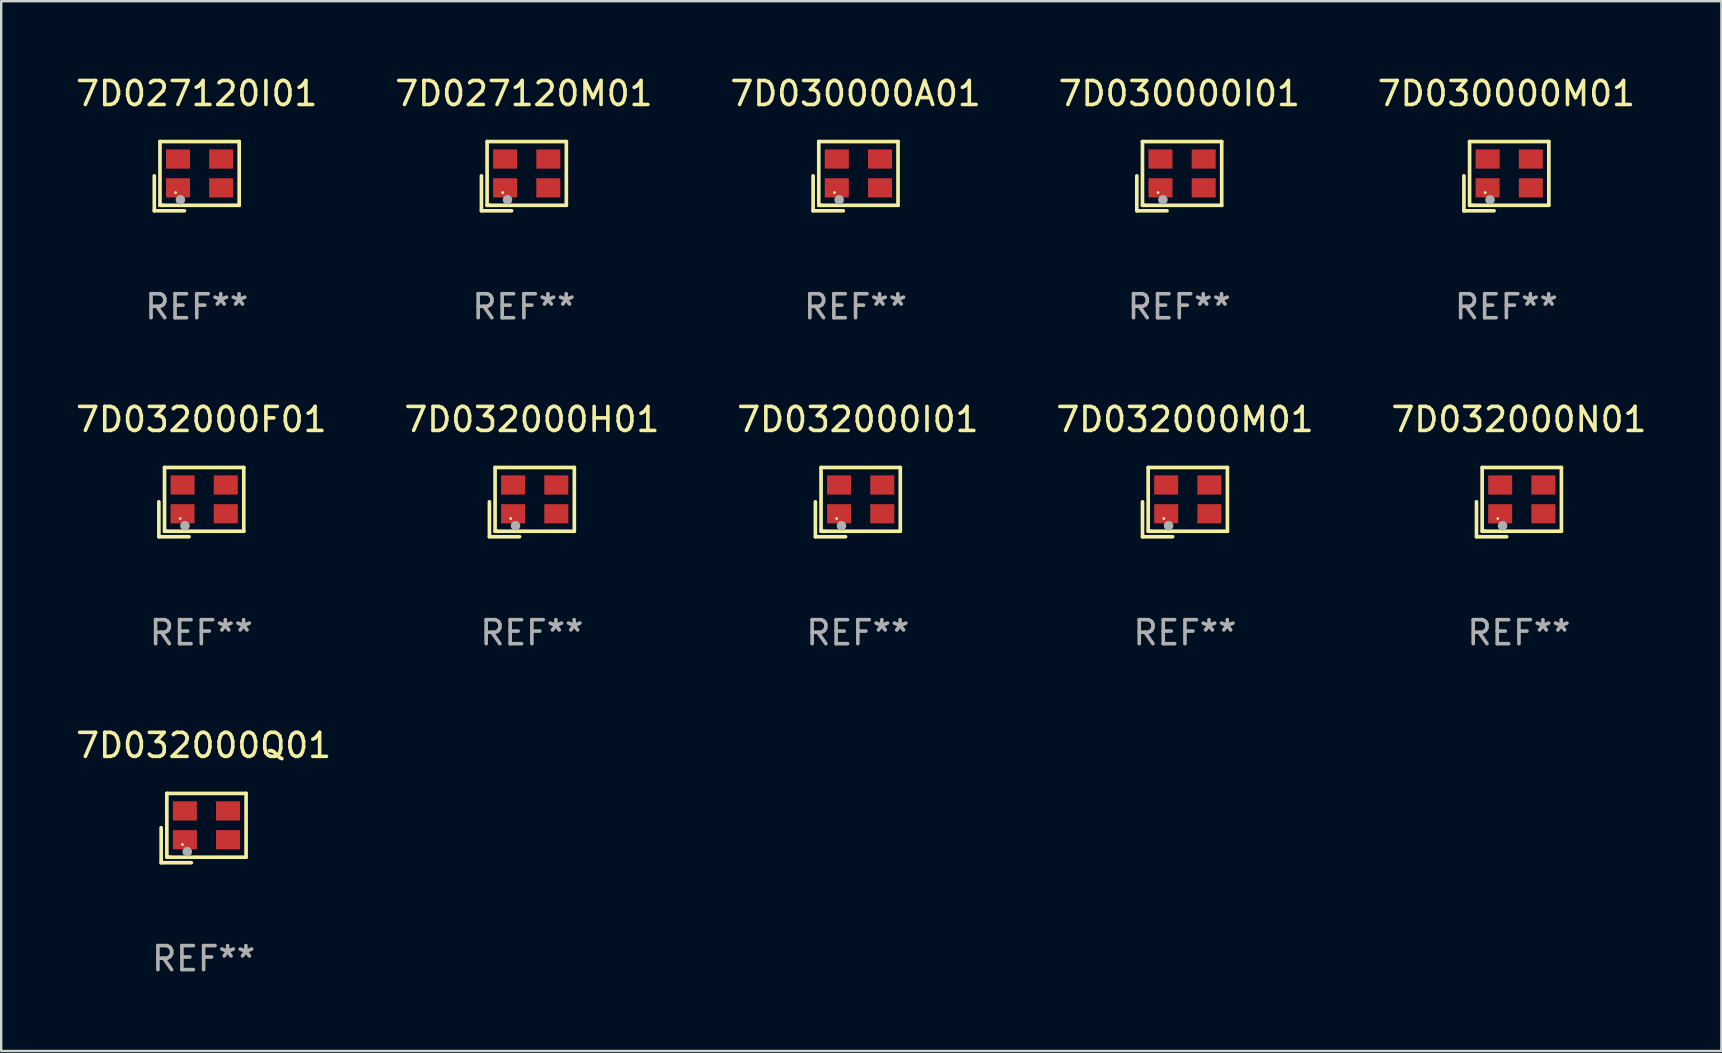
<source format=kicad_pcb>
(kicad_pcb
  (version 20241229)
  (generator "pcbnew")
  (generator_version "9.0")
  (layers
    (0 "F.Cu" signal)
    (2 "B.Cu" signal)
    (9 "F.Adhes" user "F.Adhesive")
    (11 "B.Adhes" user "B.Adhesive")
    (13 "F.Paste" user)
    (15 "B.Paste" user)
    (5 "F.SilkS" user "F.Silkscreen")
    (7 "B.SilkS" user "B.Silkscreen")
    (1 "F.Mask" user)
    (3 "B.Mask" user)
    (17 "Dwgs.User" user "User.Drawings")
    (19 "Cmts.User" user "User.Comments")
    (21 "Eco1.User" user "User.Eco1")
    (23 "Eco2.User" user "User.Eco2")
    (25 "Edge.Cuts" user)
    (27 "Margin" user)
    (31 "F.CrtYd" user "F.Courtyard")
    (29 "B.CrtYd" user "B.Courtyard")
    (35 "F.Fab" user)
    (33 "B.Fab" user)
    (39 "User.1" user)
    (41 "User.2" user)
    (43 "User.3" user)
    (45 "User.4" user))
  (footprint "7D032000F01"
    (layer "F.Cu")
    (at 5.339 17.873)
    (property "Reference" "7D032000F01" (at 0 -3.443 0) (layer "F.SilkS") (effects (font (size 1 1) (thickness 0.15))))
    (attr through_hole)
    (fp_line (start -1.769 -0.014) (end -1.769 1.443) (stroke (width 0.152) (type solid)) (layer "F.SilkS"))
    (fp_line (start -1.769 1.443) (end -0.512 1.443) (stroke (width 0.152) (type solid)) (layer "F.SilkS"))
    (fp_line (start -1.533 -1.443) (end 1.769 -1.443) (stroke (width 0.152) (type solid)) (layer "F.SilkS"))
    (fp_line (start -1.533 1.214) (end -1.533 -1.443) (stroke (width 0.152) (type solid)) (layer "F.SilkS"))
    (fp_line (start -1.411 1.214) (end -1.533 1.214) (stroke (width 0.152) (type solid)) (layer "F.SilkS"))
    (fp_line (start 1.769 -1.443) (end 1.769 1.214) (stroke (width 0.152) (type solid)) (layer "F.SilkS"))
    (fp_line (start 1.769 1.214) (end -1.411 1.214) (stroke (width 0.152) (type solid)) (layer "F.SilkS"))
    (fp_circle (center -0.882 0.686) (end -0.852 0.686) (stroke (width 0.06) (type solid)) (fill no) (layer "F.SilkS"))
    (fp_circle (center -0.682 0.986) (end -0.582 0.986) (stroke (width 0.2) (type solid)) (fill no) (layer "F.Fab"))
    (fp_text user "REF**" (at 0 5.443 0) (layer "F.Fab") (effects (font (size 1 1) (thickness 0.15))))
    (pad "1" smd rect (at -0.782 0.486 90) (size 0.8 1) (layers "F.Cu" "F.Mask" "F.Paste"))
    (pad "2" smd rect (at 1.018 0.486 90) (size 0.8 1) (layers "F.Cu" "F.Mask" "F.Paste"))
    (pad "3" smd rect (at 1.018 -0.714 90) (size 0.8 1) (layers "F.Cu" "F.Mask" "F.Paste"))
    (pad "4" smd rect (at -0.782 -0.714 90) (size 0.8 1) (layers "F.Cu" "F.Mask" "F.Paste")))
  (footprint "7D032000H01"
    (layer "F.Cu")
    (at 19.113 17.873)
    (property "Reference" "7D032000H01" (at 0 -3.443 0) (layer "F.SilkS") (effects (font (size 1 1) (thickness 0.15))))
    (attr through_hole)
    (fp_line (start -1.769 -0.014) (end -1.769 1.443) (stroke (width 0.152) (type solid)) (layer "F.SilkS"))
    (fp_line (start -1.769 1.443) (end -0.512 1.443) (stroke (width 0.152) (type solid)) (layer "F.SilkS"))
    (fp_line (start -1.533 -1.443) (end 1.769 -1.443) (stroke (width 0.152) (type solid)) (layer "F.SilkS"))
    (fp_line (start -1.533 1.214) (end -1.533 -1.443) (stroke (width 0.152) (type solid)) (layer "F.SilkS"))
    (fp_line (start -1.411 1.214) (end -1.533 1.214) (stroke (width 0.152) (type solid)) (layer "F.SilkS"))
    (fp_line (start 1.769 -1.443) (end 1.769 1.214) (stroke (width 0.152) (type solid)) (layer "F.SilkS"))
    (fp_line (start 1.769 1.214) (end -1.411 1.214) (stroke (width 0.152) (type solid)) (layer "F.SilkS"))
    (fp_circle (center -0.882 0.686) (end -0.852 0.686) (stroke (width 0.06) (type solid)) (fill no) (layer "F.SilkS"))
    (fp_circle (center -0.682 0.986) (end -0.582 0.986) (stroke (width 0.2) (type solid)) (fill no) (layer "F.Fab"))
    (fp_text user "REF**" (at 0 5.443 0) (layer "F.Fab") (effects (font (size 1 1) (thickness 0.15))))
    (pad "1" smd rect (at -0.782 0.486 90) (size 0.8 1) (layers "F.Cu" "F.Mask" "F.Paste"))
    (pad "2" smd rect (at 1.018 0.486 90) (size 0.8 1) (layers "F.Cu" "F.Mask" "F.Paste"))
    (pad "3" smd rect (at 1.018 -0.714 90) (size 0.8 1) (layers "F.Cu" "F.Mask" "F.Paste"))
    (pad "4" smd rect (at -0.782 -0.714 90) (size 0.8 1) (layers "F.Cu" "F.Mask" "F.Paste")))
  (footprint "7D032000I01"
    (layer "F.Cu")
    (at 32.696 17.873)
    (property "Reference" "7D032000I01" (at 0 -3.443 0) (layer "F.SilkS") (effects (font (size 1 1) (thickness 0.15))))
    (attr through_hole)
    (fp_line (start -1.769 -0.014) (end -1.769 1.443) (stroke (width 0.152) (type solid)) (layer "F.SilkS"))
    (fp_line (start -1.769 1.443) (end -0.512 1.443) (stroke (width 0.152) (type solid)) (layer "F.SilkS"))
    (fp_line (start -1.533 -1.443) (end 1.769 -1.443) (stroke (width 0.152) (type solid)) (layer "F.SilkS"))
    (fp_line (start -1.533 1.214) (end -1.533 -1.443) (stroke (width 0.152) (type solid)) (layer "F.SilkS"))
    (fp_line (start -1.411 1.214) (end -1.533 1.214) (stroke (width 0.152) (type solid)) (layer "F.SilkS"))
    (fp_line (start 1.769 -1.443) (end 1.769 1.214) (stroke (width 0.152) (type solid)) (layer "F.SilkS"))
    (fp_line (start 1.769 1.214) (end -1.411 1.214) (stroke (width 0.152) (type solid)) (layer "F.SilkS"))
    (fp_circle (center -0.882 0.686) (end -0.852 0.686) (stroke (width 0.06) (type solid)) (fill no) (layer "F.SilkS"))
    (fp_circle (center -0.682 0.986) (end -0.582 0.986) (stroke (width 0.2) (type solid)) (fill no) (layer "F.Fab"))
    (fp_text user "REF**" (at 0 5.443 0) (layer "F.Fab") (effects (font (size 1 1) (thickness 0.15))))
    (pad "1" smd rect (at -0.782 0.486 90) (size 0.8 1) (layers "F.Cu" "F.Mask" "F.Paste"))
    (pad "2" smd rect (at 1.018 0.486 90) (size 0.8 1) (layers "F.Cu" "F.Mask" "F.Paste"))
    (pad "3" smd rect (at 1.018 -0.714 90) (size 0.8 1) (layers "F.Cu" "F.Mask" "F.Paste"))
    (pad "4" smd rect (at -0.782 -0.714 90) (size 0.8 1) (layers "F.Cu" "F.Mask" "F.Paste")))
  (footprint "7D027120I01"
    (layer "F.Cu")
    (at 5.149 4.291)
    (property "Reference" "7D027120I01" (at 0 -3.443 0) (layer "F.SilkS") (effects (font (size 1 1) (thickness 0.15))))
    (attr through_hole)
    (fp_line (start -1.769 -0.014) (end -1.769 1.443) (stroke (width 0.152) (type solid)) (layer "F.SilkS"))
    (fp_line (start -1.769 1.443) (end -0.512 1.443) (stroke (width 0.152) (type solid)) (layer "F.SilkS"))
    (fp_line (start -1.533 -1.443) (end 1.769 -1.443) (stroke (width 0.152) (type solid)) (layer "F.SilkS"))
    (fp_line (start -1.533 1.214) (end -1.533 -1.443) (stroke (width 0.152) (type solid)) (layer "F.SilkS"))
    (fp_line (start -1.411 1.214) (end -1.533 1.214) (stroke (width 0.152) (type solid)) (layer "F.SilkS"))
    (fp_line (start 1.769 -1.443) (end 1.769 1.214) (stroke (width 0.152) (type solid)) (layer "F.SilkS"))
    (fp_line (start 1.769 1.214) (end -1.411 1.214) (stroke (width 0.152) (type solid)) (layer "F.SilkS"))
    (fp_circle (center -0.882 0.686) (end -0.852 0.686) (stroke (width 0.06) (type solid)) (fill no) (layer "F.SilkS"))
    (fp_circle (center -0.682 0.986) (end -0.582 0.986) (stroke (width 0.2) (type solid)) (fill no) (layer "F.Fab"))
    (fp_text user "REF**" (at 0 5.443 0) (layer "F.Fab") (effects (font (size 1 1) (thickness 0.15))))
    (pad "1" smd rect (at -0.782 0.486 90) (size 0.8 1) (layers "F.Cu" "F.Mask" "F.Paste"))
    (pad "2" smd rect (at 1.018 0.486 90) (size 0.8 1) (layers "F.Cu" "F.Mask" "F.Paste"))
    (pad "3" smd rect (at 1.018 -0.714 90) (size 0.8 1) (layers "F.Cu" "F.Mask" "F.Paste"))
    (pad "4" smd rect (at -0.782 -0.714 90) (size 0.8 1) (layers "F.Cu" "F.Mask" "F.Paste")))
  (footprint "7D032000M01"
    (layer "F.Cu")
    (at 46.327 17.873)
    (property "Reference" "7D032000M01" (at 0 -3.443 0) (layer "F.SilkS") (effects (font (size 1 1) (thickness 0.15))))
    (attr through_hole)
    (fp_line (start -1.769 -0.014) (end -1.769 1.443) (stroke (width 0.152) (type solid)) (layer "F.SilkS"))
    (fp_line (start -1.769 1.443) (end -0.512 1.443) (stroke (width 0.152) (type solid)) (layer "F.SilkS"))
    (fp_line (start -1.533 -1.443) (end 1.769 -1.443) (stroke (width 0.152) (type solid)) (layer "F.SilkS"))
    (fp_line (start -1.533 1.214) (end -1.533 -1.443) (stroke (width 0.152) (type solid)) (layer "F.SilkS"))
    (fp_line (start -1.411 1.214) (end -1.533 1.214) (stroke (width 0.152) (type solid)) (layer "F.SilkS"))
    (fp_line (start 1.769 -1.443) (end 1.769 1.214) (stroke (width 0.152) (type solid)) (layer "F.SilkS"))
    (fp_line (start 1.769 1.214) (end -1.411 1.214) (stroke (width 0.152) (type solid)) (layer "F.SilkS"))
    (fp_circle (center -0.882 0.686) (end -0.852 0.686) (stroke (width 0.06) (type solid)) (fill no) (layer "F.SilkS"))
    (fp_circle (center -0.682 0.986) (end -0.582 0.986) (stroke (width 0.2) (type solid)) (fill no) (layer "F.Fab"))
    (fp_text user "REF**" (at 0 5.443 0) (layer "F.Fab") (effects (font (size 1 1) (thickness 0.15))))
    (pad "1" smd rect (at -0.782 0.486 90) (size 0.8 1) (layers "F.Cu" "F.Mask" "F.Paste"))
    (pad "2" smd rect (at 1.018 0.486 90) (size 0.8 1) (layers "F.Cu" "F.Mask" "F.Paste"))
    (pad "3" smd rect (at 1.018 -0.714 90) (size 0.8 1) (layers "F.Cu" "F.Mask" "F.Paste"))
    (pad "4" smd rect (at -0.782 -0.714 90) (size 0.8 1) (layers "F.Cu" "F.Mask" "F.Paste")))
  (footprint "7D027120M01"
    (layer "F.Cu")
    (at 18.78 4.291)
    (property "Reference" "7D027120M01" (at 0 -3.443 0) (layer "F.SilkS") (effects (font (size 1 1) (thickness 0.15))))
    (attr through_hole)
    (fp_line (start -1.769 -0.014) (end -1.769 1.443) (stroke (width 0.152) (type solid)) (layer "F.SilkS"))
    (fp_line (start -1.769 1.443) (end -0.512 1.443) (stroke (width 0.152) (type solid)) (layer "F.SilkS"))
    (fp_line (start -1.533 -1.443) (end 1.769 -1.443) (stroke (width 0.152) (type solid)) (layer "F.SilkS"))
    (fp_line (start -1.533 1.214) (end -1.533 -1.443) (stroke (width 0.152) (type solid)) (layer "F.SilkS"))
    (fp_line (start -1.411 1.214) (end -1.533 1.214) (stroke (width 0.152) (type solid)) (layer "F.SilkS"))
    (fp_line (start 1.769 -1.443) (end 1.769 1.214) (stroke (width 0.152) (type solid)) (layer "F.SilkS"))
    (fp_line (start 1.769 1.214) (end -1.411 1.214) (stroke (width 0.152) (type solid)) (layer "F.SilkS"))
    (fp_circle (center -0.882 0.686) (end -0.852 0.686) (stroke (width 0.06) (type solid)) (fill no) (layer "F.SilkS"))
    (fp_circle (center -0.682 0.986) (end -0.582 0.986) (stroke (width 0.2) (type solid)) (fill no) (layer "F.Fab"))
    (fp_text user "REF**" (at 0 5.443 0) (layer "F.Fab") (effects (font (size 1 1) (thickness 0.15))))
    (pad "1" smd rect (at -0.782 0.486 90) (size 0.8 1) (layers "F.Cu" "F.Mask" "F.Paste"))
    (pad "2" smd rect (at 1.018 0.486 90) (size 0.8 1) (layers "F.Cu" "F.Mask" "F.Paste"))
    (pad "3" smd rect (at 1.018 -0.714 90) (size 0.8 1) (layers "F.Cu" "F.Mask" "F.Paste"))
    (pad "4" smd rect (at -0.782 -0.714 90) (size 0.8 1) (layers "F.Cu" "F.Mask" "F.Paste")))
  (footprint "7D032000Q01"
    (layer "F.Cu")
    (at 5.435 31.455)
    (property "Reference" "7D032000Q01" (at 0 -3.443 0) (layer "F.SilkS") (effects (font (size 1 1) (thickness 0.15))))
    (attr through_hole)
    (fp_line (start -1.769 -0.014) (end -1.769 1.443) (stroke (width 0.152) (type solid)) (layer "F.SilkS"))
    (fp_line (start -1.769 1.443) (end -0.512 1.443) (stroke (width 0.152) (type solid)) (layer "F.SilkS"))
    (fp_line (start -1.533 -1.443) (end 1.769 -1.443) (stroke (width 0.152) (type solid)) (layer "F.SilkS"))
    (fp_line (start -1.533 1.214) (end -1.533 -1.443) (stroke (width 0.152) (type solid)) (layer "F.SilkS"))
    (fp_line (start -1.411 1.214) (end -1.533 1.214) (stroke (width 0.152) (type solid)) (layer "F.SilkS"))
    (fp_line (start 1.769 -1.443) (end 1.769 1.214) (stroke (width 0.152) (type solid)) (layer "F.SilkS"))
    (fp_line (start 1.769 1.214) (end -1.411 1.214) (stroke (width 0.152) (type solid)) (layer "F.SilkS"))
    (fp_circle (center -0.882 0.686) (end -0.852 0.686) (stroke (width 0.06) (type solid)) (fill no) (layer "F.SilkS"))
    (fp_circle (center -0.682 0.986) (end -0.582 0.986) (stroke (width 0.2) (type solid)) (fill no) (layer "F.Fab"))
    (fp_text user "REF**" (at 0 5.443 0) (layer "F.Fab") (effects (font (size 1 1) (thickness 0.15))))
    (pad "1" smd rect (at -0.782 0.486 90) (size 0.8 1) (layers "F.Cu" "F.Mask" "F.Paste"))
    (pad "2" smd rect (at 1.018 0.486 90) (size 0.8 1) (layers "F.Cu" "F.Mask" "F.Paste"))
    (pad "3" smd rect (at 1.018 -0.714 90) (size 0.8 1) (layers "F.Cu" "F.Mask" "F.Paste"))
    (pad "4" smd rect (at -0.782 -0.714 90) (size 0.8 1) (layers "F.Cu" "F.Mask" "F.Paste")))
  (footprint "7D032000N01"
    (layer "F.Cu")
    (at 60.244 17.873)
    (property "Reference" "7D032000N01" (at 0 -3.443 0) (layer "F.SilkS") (effects (font (size 1 1) (thickness 0.15))))
    (attr through_hole)
    (fp_line (start -1.769 -0.014) (end -1.769 1.443) (stroke (width 0.152) (type solid)) (layer "F.SilkS"))
    (fp_line (start -1.769 1.443) (end -0.512 1.443) (stroke (width 0.152) (type solid)) (layer "F.SilkS"))
    (fp_line (start -1.533 -1.443) (end 1.769 -1.443) (stroke (width 0.152) (type solid)) (layer "F.SilkS"))
    (fp_line (start -1.533 1.214) (end -1.533 -1.443) (stroke (width 0.152) (type solid)) (layer "F.SilkS"))
    (fp_line (start -1.411 1.214) (end -1.533 1.214) (stroke (width 0.152) (type solid)) (layer "F.SilkS"))
    (fp_line (start 1.769 -1.443) (end 1.769 1.214) (stroke (width 0.152) (type solid)) (layer "F.SilkS"))
    (fp_line (start 1.769 1.214) (end -1.411 1.214) (stroke (width 0.152) (type solid)) (layer "F.SilkS"))
    (fp_circle (center -0.882 0.686) (end -0.852 0.686) (stroke (width 0.06) (type solid)) (fill no) (layer "F.SilkS"))
    (fp_circle (center -0.682 0.986) (end -0.582 0.986) (stroke (width 0.2) (type solid)) (fill no) (layer "F.Fab"))
    (fp_text user "REF**" (at 0 5.443 0) (layer "F.Fab") (effects (font (size 1 1) (thickness 0.15))))
    (pad "1" smd rect (at -0.782 0.486 90) (size 0.8 1) (layers "F.Cu" "F.Mask" "F.Paste"))
    (pad "2" smd rect (at 1.018 0.486 90) (size 0.8 1) (layers "F.Cu" "F.Mask" "F.Paste"))
    (pad "3" smd rect (at 1.018 -0.714 90) (size 0.8 1) (layers "F.Cu" "F.Mask" "F.Paste"))
    (pad "4" smd rect (at -0.782 -0.714 90) (size 0.8 1) (layers "F.Cu" "F.Mask" "F.Paste")))
  (footprint "7D030000I01"
    (layer "F.Cu")
    (at 46.089 4.291)
    (property "Reference" "7D030000I01" (at 0 -3.443 0) (layer "F.SilkS") (effects (font (size 1 1) (thickness 0.15))))
    (attr through_hole)
    (fp_line (start -1.769 -0.014) (end -1.769 1.443) (stroke (width 0.152) (type solid)) (layer "F.SilkS"))
    (fp_line (start -1.769 1.443) (end -0.512 1.443) (stroke (width 0.152) (type solid)) (layer "F.SilkS"))
    (fp_line (start -1.533 -1.443) (end 1.769 -1.443) (stroke (width 0.152) (type solid)) (layer "F.SilkS"))
    (fp_line (start -1.533 1.214) (end -1.533 -1.443) (stroke (width 0.152) (type solid)) (layer "F.SilkS"))
    (fp_line (start -1.411 1.214) (end -1.533 1.214) (stroke (width 0.152) (type solid)) (layer "F.SilkS"))
    (fp_line (start 1.769 -1.443) (end 1.769 1.214) (stroke (width 0.152) (type solid)) (layer "F.SilkS"))
    (fp_line (start 1.769 1.214) (end -1.411 1.214) (stroke (width 0.152) (type solid)) (layer "F.SilkS"))
    (fp_circle (center -0.882 0.686) (end -0.852 0.686) (stroke (width 0.06) (type solid)) (fill no) (layer "F.SilkS"))
    (fp_circle (center -0.682 0.986) (end -0.582 0.986) (stroke (width 0.2) (type solid)) (fill no) (layer "F.Fab"))
    (fp_text user "REF**" (at 0 5.443 0) (layer "F.Fab") (effects (font (size 1 1) (thickness 0.15))))
    (pad "1" smd rect (at -0.782 0.486 90) (size 0.8 1) (layers "F.Cu" "F.Mask" "F.Paste"))
    (pad "2" smd rect (at 1.018 0.486 90) (size 0.8 1) (layers "F.Cu" "F.Mask" "F.Paste"))
    (pad "3" smd rect (at 1.018 -0.714 90) (size 0.8 1) (layers "F.Cu" "F.Mask" "F.Paste"))
    (pad "4" smd rect (at -0.782 -0.714 90) (size 0.8 1) (layers "F.Cu" "F.Mask" "F.Paste")))
  (footprint "7D030000A01"
    (layer "F.Cu")
    (at 32.601 4.291)
    (property "Reference" "7D030000A01" (at 0 -3.443 0) (layer "F.SilkS") (effects (font (size 1 1) (thickness 0.15))))
    (attr through_hole)
    (fp_line (start -1.769 -0.014) (end -1.769 1.443) (stroke (width 0.152) (type solid)) (layer "F.SilkS"))
    (fp_line (start -1.769 1.443) (end -0.512 1.443) (stroke (width 0.152) (type solid)) (layer "F.SilkS"))
    (fp_line (start -1.533 -1.443) (end 1.769 -1.443) (stroke (width 0.152) (type solid)) (layer "F.SilkS"))
    (fp_line (start -1.533 1.214) (end -1.533 -1.443) (stroke (width 0.152) (type solid)) (layer "F.SilkS"))
    (fp_line (start -1.411 1.214) (end -1.533 1.214) (stroke (width 0.152) (type solid)) (layer "F.SilkS"))
    (fp_line (start 1.769 -1.443) (end 1.769 1.214) (stroke (width 0.152) (type solid)) (layer "F.SilkS"))
    (fp_line (start 1.769 1.214) (end -1.411 1.214) (stroke (width 0.152) (type solid)) (layer "F.SilkS"))
    (fp_circle (center -0.882 0.686) (end -0.852 0.686) (stroke (width 0.06) (type solid)) (fill no) (layer "F.SilkS"))
    (fp_circle (center -0.682 0.986) (end -0.582 0.986) (stroke (width 0.2) (type solid)) (fill no) (layer "F.Fab"))
    (fp_text user "REF**" (at 0 5.443 0) (layer "F.Fab") (effects (font (size 1 1) (thickness 0.15))))
    (pad "1" smd rect (at -0.782 0.486 90) (size 0.8 1) (layers "F.Cu" "F.Mask" "F.Paste"))
    (pad "2" smd rect (at 1.018 0.486 90) (size 0.8 1) (layers "F.Cu" "F.Mask" "F.Paste"))
    (pad "3" smd rect (at 1.018 -0.714 90) (size 0.8 1) (layers "F.Cu" "F.Mask" "F.Paste"))
    (pad "4" smd rect (at -0.782 -0.714 90) (size 0.8 1) (layers "F.Cu" "F.Mask" "F.Paste")))
  (footprint "7D030000M01"
    (layer "F.Cu")
    (at 59.72 4.291)
    (property "Reference" "7D030000M01" (at 0 -3.443 0) (layer "F.SilkS") (effects (font (size 1 1) (thickness 0.15))))
    (attr through_hole)
    (fp_line (start -1.769 -0.014) (end -1.769 1.443) (stroke (width 0.152) (type solid)) (layer "F.SilkS"))
    (fp_line (start -1.769 1.443) (end -0.512 1.443) (stroke (width 0.152) (type solid)) (layer "F.SilkS"))
    (fp_line (start -1.533 -1.443) (end 1.769 -1.443) (stroke (width 0.152) (type solid)) (layer "F.SilkS"))
    (fp_line (start -1.533 1.214) (end -1.533 -1.443) (stroke (width 0.152) (type solid)) (layer "F.SilkS"))
    (fp_line (start -1.411 1.214) (end -1.533 1.214) (stroke (width 0.152) (type solid)) (layer "F.SilkS"))
    (fp_line (start 1.769 -1.443) (end 1.769 1.214) (stroke (width 0.152) (type solid)) (layer "F.SilkS"))
    (fp_line (start 1.769 1.214) (end -1.411 1.214) (stroke (width 0.152) (type solid)) (layer "F.SilkS"))
    (fp_circle (center -0.882 0.686) (end -0.852 0.686) (stroke (width 0.06) (type solid)) (fill no) (layer "F.SilkS"))
    (fp_circle (center -0.682 0.986) (end -0.582 0.986) (stroke (width 0.2) (type solid)) (fill no) (layer "F.Fab"))
    (fp_text user "REF**" (at 0 5.443 0) (layer "F.Fab") (effects (font (size 1 1) (thickness 0.15))))
    (pad "1" smd rect (at -0.782 0.486 90) (size 0.8 1) (layers "F.Cu" "F.Mask" "F.Paste"))
    (pad "2" smd rect (at 1.018 0.486 90) (size 0.8 1) (layers "F.Cu" "F.Mask" "F.Paste"))
    (pad "3" smd rect (at 1.018 -0.714 90) (size 0.8 1) (layers "F.Cu" "F.Mask" "F.Paste"))
    (pad "4" smd rect (at -0.782 -0.714 90) (size 0.8 1) (layers "F.Cu" "F.Mask" "F.Paste")))
  (gr_rect
    (start -3 -3)
    (end 68.679 40.746)
    (stroke (width 0.1) (type default))
    (fill no)
    (layer "Edge.Cuts")))
</source>
